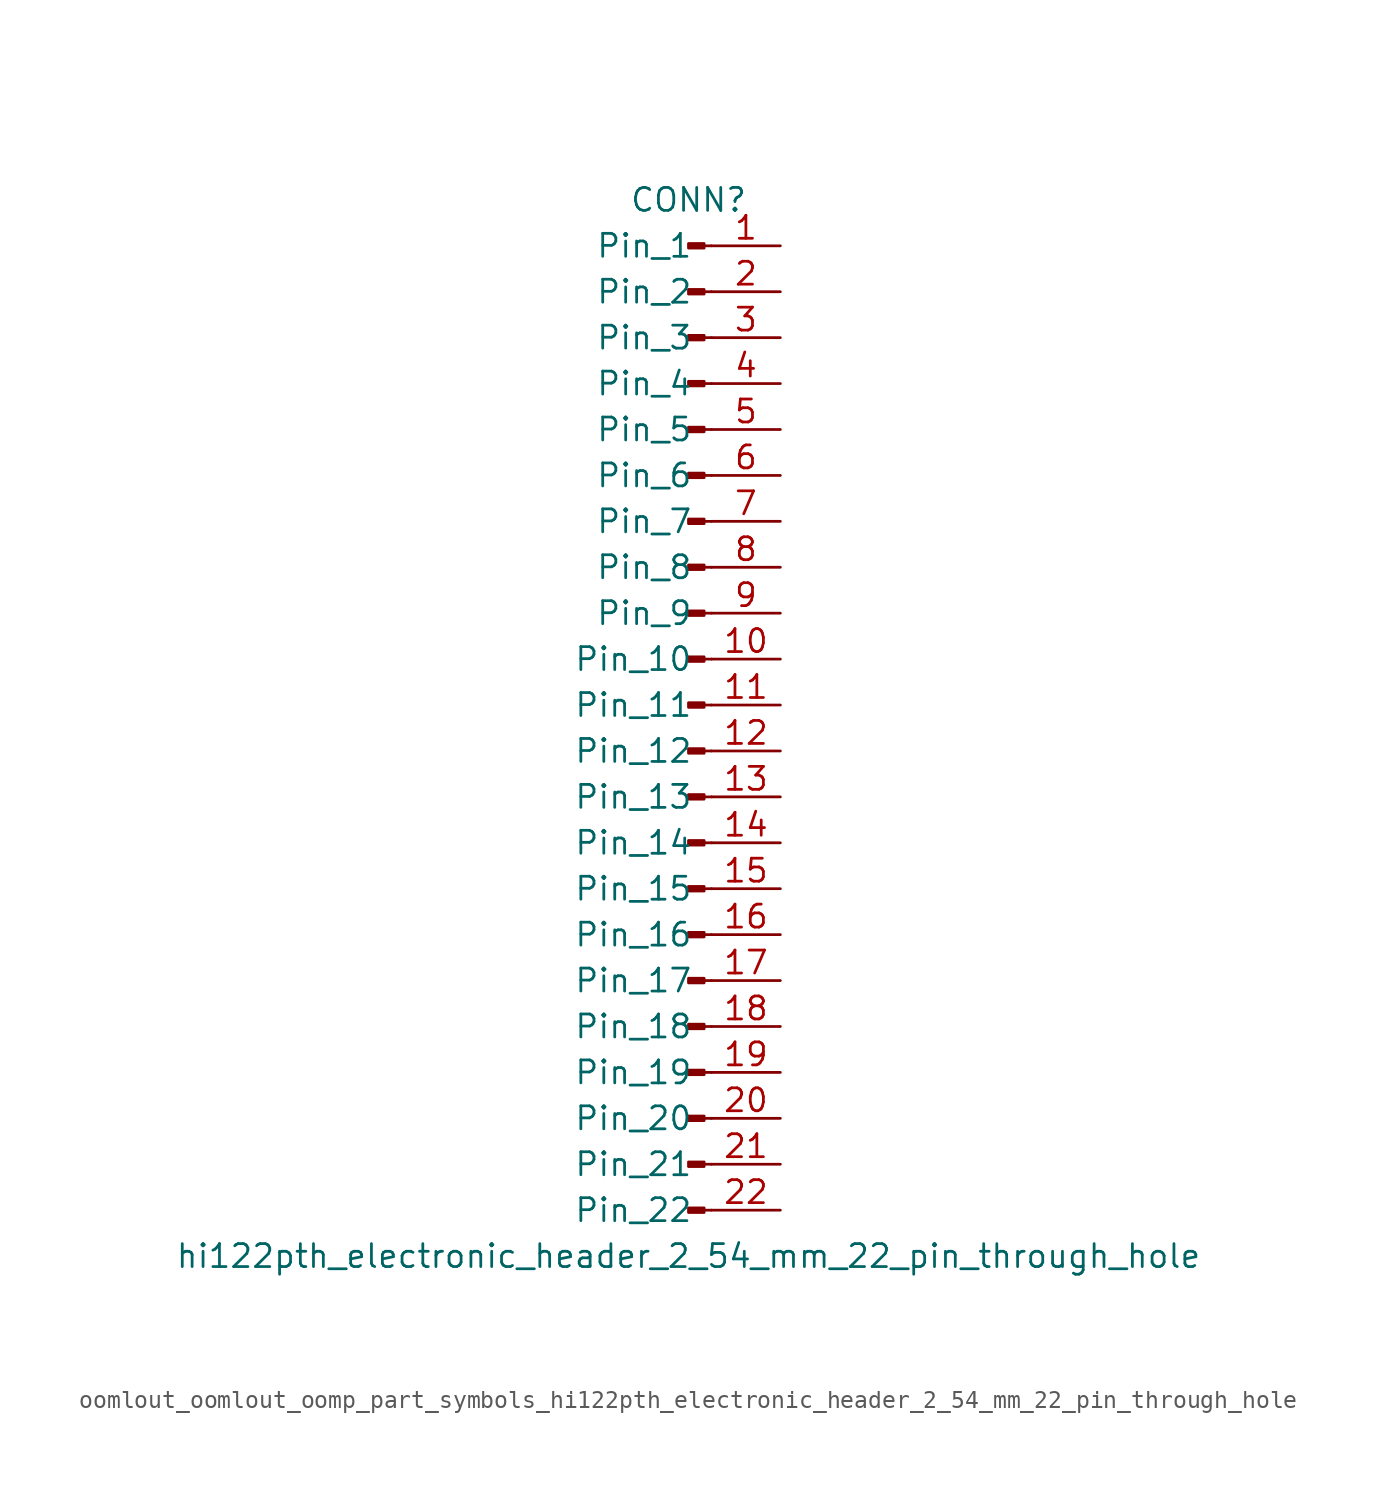
<source format=kicad_sym>
(kicad_symbol_lib
  (version 20220914)
  (generator kicad_symbol_editor)
  (symbol "oomlout_oomlout_oomp_part_symbols_hi122pth_electronic_header_2_54_mm_22_pin_through_hole"
    (pin_names
      (offset 1.016))
    (property "Reference" "CONN"
      (at 0 27.94 0)
      (effects (font (size 1.27 1.27))))
    (property "Value" "hi122pth_electronic_header_2_54_mm_22_pin_through_hole"
      (at 0 -30.48 0)
      (effects (font (size 1.27 1.27))))
    (property "ki_locked" ""
      (at 0 0 0)
      (effects (font (size 1.27 1.27))))
    (symbol "oomlout_oomlout_oomp_part_symbols_hi122pth_electronic_header_2_54_mm_22_pin_through_hole_1_1"
      (polyline (pts (xy 1.27 -27.94) (xy 0.864 -27.94)) (stroke (width 0.152) (type default)) (fill (type none)))
      (polyline (pts (xy 1.27 -25.4) (xy 0.864 -25.4)) (stroke (width 0.152) (type default)) (fill (type none)))
      (polyline (pts (xy 1.27 -22.86) (xy 0.864 -22.86)) (stroke (width 0.152) (type default)) (fill (type none)))
      (polyline (pts (xy 1.27 -20.32) (xy 0.864 -20.32)) (stroke (width 0.152) (type default)) (fill (type none)))
      (polyline (pts (xy 1.27 -17.78) (xy 0.864 -17.78)) (stroke (width 0.152) (type default)) (fill (type none)))
      (polyline (pts (xy 1.27 -15.24) (xy 0.864 -15.24)) (stroke (width 0.152) (type default)) (fill (type none)))
      (polyline (pts (xy 1.27 -12.7) (xy 0.864 -12.7)) (stroke (width 0.152) (type default)) (fill (type none)))
      (polyline (pts (xy 1.27 -10.16) (xy 0.864 -10.16)) (stroke (width 0.152) (type default)) (fill (type none)))
      (polyline (pts (xy 1.27 -7.62) (xy 0.864 -7.62)) (stroke (width 0.152) (type default)) (fill (type none)))
      (polyline (pts (xy 1.27 -5.08) (xy 0.864 -5.08)) (stroke (width 0.152) (type default)) (fill (type none)))
      (polyline (pts (xy 1.27 -2.54) (xy 0.864 -2.54)) (stroke (width 0.152) (type default)) (fill (type none)))
      (polyline (pts (xy 1.27 0) (xy 0.864 0)) (stroke (width 0.152) (type default)) (fill (type none)))
      (polyline (pts (xy 1.27 2.54) (xy 0.864 2.54)) (stroke (width 0.152) (type default)) (fill (type none)))
      (polyline (pts (xy 1.27 5.08) (xy 0.864 5.08)) (stroke (width 0.152) (type default)) (fill (type none)))
      (polyline (pts (xy 1.27 7.62) (xy 0.864 7.62)) (stroke (width 0.152) (type default)) (fill (type none)))
      (polyline (pts (xy 1.27 10.16) (xy 0.864 10.16)) (stroke (width 0.152) (type default)) (fill (type none)))
      (polyline (pts (xy 1.27 12.7) (xy 0.864 12.7)) (stroke (width 0.152) (type default)) (fill (type none)))
      (polyline (pts (xy 1.27 15.24) (xy 0.864 15.24)) (stroke (width 0.152) (type default)) (fill (type none)))
      (polyline (pts (xy 1.27 17.78) (xy 0.864 17.78)) (stroke (width 0.152) (type default)) (fill (type none)))
      (polyline (pts (xy 1.27 20.32) (xy 0.864 20.32)) (stroke (width 0.152) (type default)) (fill (type none)))
      (polyline (pts (xy 1.27 22.86) (xy 0.864 22.86)) (stroke (width 0.152) (type default)) (fill (type none)))
      (polyline (pts (xy 1.27 25.4) (xy 0.864 25.4)) (stroke (width 0.152) (type default)) (fill (type none)))
      (rectangle (start 0.864 -27.813) (end 0 -28.067) (stroke (width 0.152) (type default)) (fill (type outline)))
      (rectangle (start 0.864 -25.273) (end 0 -25.527) (stroke (width 0.152) (type default)) (fill (type outline)))
      (rectangle (start 0.864 -22.733) (end 0 -22.987) (stroke (width 0.152) (type default)) (fill (type outline)))
      (rectangle (start 0.864 -20.193) (end 0 -20.447) (stroke (width 0.152) (type default)) (fill (type outline)))
      (rectangle (start 0.864 -17.653) (end 0 -17.907) (stroke (width 0.152) (type default)) (fill (type outline)))
      (rectangle (start 0.864 -15.113) (end 0 -15.367) (stroke (width 0.152) (type default)) (fill (type outline)))
      (rectangle (start 0.864 -12.573) (end 0 -12.827) (stroke (width 0.152) (type default)) (fill (type outline)))
      (rectangle (start 0.864 -10.033) (end 0 -10.287) (stroke (width 0.152) (type default)) (fill (type outline)))
      (rectangle (start 0.864 -7.493) (end 0 -7.747) (stroke (width 0.152) (type default)) (fill (type outline)))
      (rectangle (start 0.864 -4.953) (end 0 -5.207) (stroke (width 0.152) (type default)) (fill (type outline)))
      (rectangle (start 0.864 -2.413) (end 0 -2.667) (stroke (width 0.152) (type default)) (fill (type outline)))
      (rectangle (start 0.864 0.127) (end 0 -0.127) (stroke (width 0.152) (type default)) (fill (type outline)))
      (rectangle (start 0.864 2.667) (end 0 2.413) (stroke (width 0.152) (type default)) (fill (type outline)))
      (rectangle (start 0.864 5.207) (end 0 4.953) (stroke (width 0.152) (type default)) (fill (type outline)))
      (rectangle (start 0.864 7.747) (end 0 7.493) (stroke (width 0.152) (type default)) (fill (type outline)))
      (rectangle (start 0.864 10.287) (end 0 10.033) (stroke (width 0.152) (type default)) (fill (type outline)))
      (rectangle (start 0.864 12.827) (end 0 12.573) (stroke (width 0.152) (type default)) (fill (type outline)))
      (rectangle (start 0.864 15.367) (end 0 15.113) (stroke (width 0.152) (type default)) (fill (type outline)))
      (rectangle (start 0.864 17.907) (end 0 17.653) (stroke (width 0.152) (type default)) (fill (type outline)))
      (rectangle (start 0.864 20.447) (end 0 20.193) (stroke (width 0.152) (type default)) (fill (type outline)))
      (rectangle (start 0.864 22.987) (end 0 22.733) (stroke (width 0.152) (type default)) (fill (type outline)))
      (rectangle (start 0.864 25.527) (end 0 25.273) (stroke (width 0.152) (type default)) (fill (type outline)))
      (pin passive line (at 5.08 25.4 180) (length 3.81) (name "Pin_1" (effects (font (size 1.27 1.27)))) (number "1" (effects (font (size 1.27 1.27)))))
      (pin passive line (at 5.08 2.54 180) (length 3.81) (name "Pin_10" (effects (font (size 1.27 1.27)))) (number "10" (effects (font (size 1.27 1.27)))))
      (pin passive line (at 5.08 0 180) (length 3.81) (name "Pin_11" (effects (font (size 1.27 1.27)))) (number "11" (effects (font (size 1.27 1.27)))))
      (pin passive line (at 5.08 -2.54 180) (length 3.81) (name "Pin_12" (effects (font (size 1.27 1.27)))) (number "12" (effects (font (size 1.27 1.27)))))
      (pin passive line (at 5.08 -5.08 180) (length 3.81) (name "Pin_13" (effects (font (size 1.27 1.27)))) (number "13" (effects (font (size 1.27 1.27)))))
      (pin passive line (at 5.08 -7.62 180) (length 3.81) (name "Pin_14" (effects (font (size 1.27 1.27)))) (number "14" (effects (font (size 1.27 1.27)))))
      (pin passive line (at 5.08 -10.16 180) (length 3.81) (name "Pin_15" (effects (font (size 1.27 1.27)))) (number "15" (effects (font (size 1.27 1.27)))))
      (pin passive line (at 5.08 -12.7 180) (length 3.81) (name "Pin_16" (effects (font (size 1.27 1.27)))) (number "16" (effects (font (size 1.27 1.27)))))
      (pin passive line (at 5.08 -15.24 180) (length 3.81) (name "Pin_17" (effects (font (size 1.27 1.27)))) (number "17" (effects (font (size 1.27 1.27)))))
      (pin passive line (at 5.08 -17.78 180) (length 3.81) (name "Pin_18" (effects (font (size 1.27 1.27)))) (number "18" (effects (font (size 1.27 1.27)))))
      (pin passive line (at 5.08 -20.32 180) (length 3.81) (name "Pin_19" (effects (font (size 1.27 1.27)))) (number "19" (effects (font (size 1.27 1.27)))))
      (pin passive line (at 5.08 22.86 180) (length 3.81) (name "Pin_2" (effects (font (size 1.27 1.27)))) (number "2" (effects (font (size 1.27 1.27)))))
      (pin passive line (at 5.08 -22.86 180) (length 3.81) (name "Pin_20" (effects (font (size 1.27 1.27)))) (number "20" (effects (font (size 1.27 1.27)))))
      (pin passive line (at 5.08 -25.4 180) (length 3.81) (name "Pin_21" (effects (font (size 1.27 1.27)))) (number "21" (effects (font (size 1.27 1.27)))))
      (pin passive line (at 5.08 -27.94 180) (length 3.81) (name "Pin_22" (effects (font (size 1.27 1.27)))) (number "22" (effects (font (size 1.27 1.27)))))
      (pin passive line (at 5.08 20.32 180) (length 3.81) (name "Pin_3" (effects (font (size 1.27 1.27)))) (number "3" (effects (font (size 1.27 1.27)))))
      (pin passive line (at 5.08 17.78 180) (length 3.81) (name "Pin_4" (effects (font (size 1.27 1.27)))) (number "4" (effects (font (size 1.27 1.27)))))
      (pin passive line (at 5.08 15.24 180) (length 3.81) (name "Pin_5" (effects (font (size 1.27 1.27)))) (number "5" (effects (font (size 1.27 1.27)))))
      (pin passive line (at 5.08 12.7 180) (length 3.81) (name "Pin_6" (effects (font (size 1.27 1.27)))) (number "6" (effects (font (size 1.27 1.27)))))
      (pin passive line (at 5.08 10.16 180) (length 3.81) (name "Pin_7" (effects (font (size 1.27 1.27)))) (number "7" (effects (font (size 1.27 1.27)))))
      (pin passive line (at 5.08 7.62 180) (length 3.81) (name "Pin_8" (effects (font (size 1.27 1.27)))) (number "8" (effects (font (size 1.27 1.27)))))
      (pin passive line (at 5.08 5.08 180) (length 3.81) (name "Pin_9" (effects (font (size 1.27 1.27)))) (number "9" (effects (font (size 1.27 1.27))))))))
</source>
